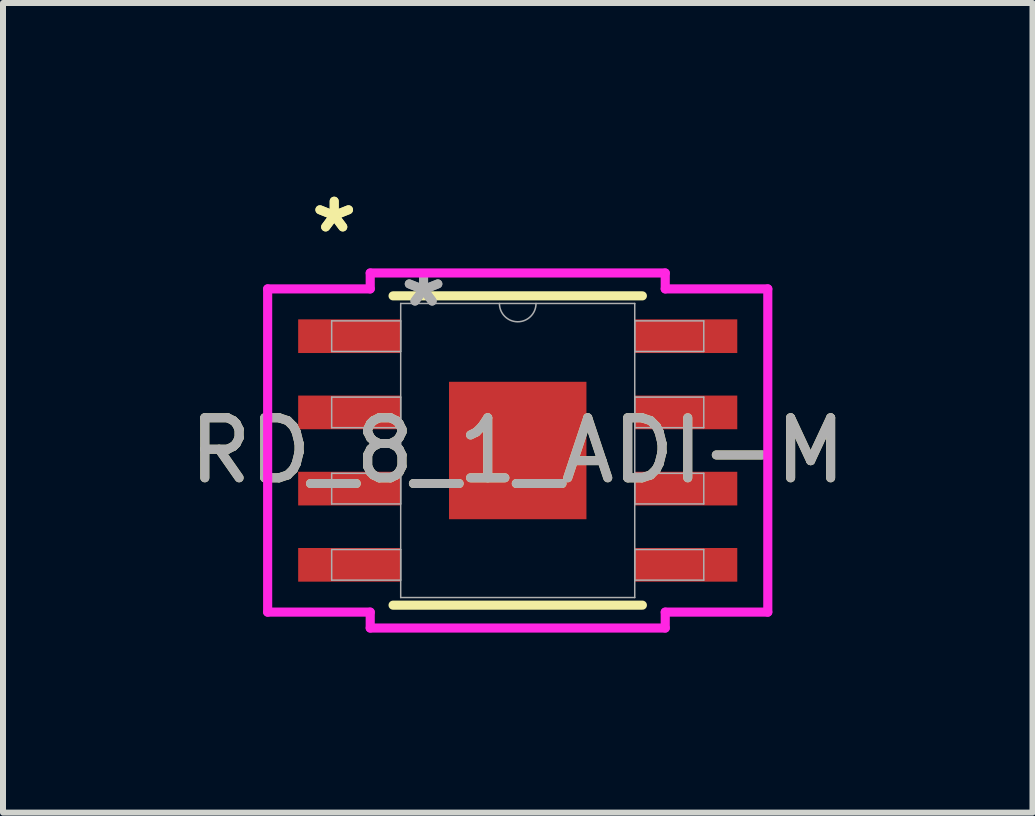
<source format=kicad_pcb>
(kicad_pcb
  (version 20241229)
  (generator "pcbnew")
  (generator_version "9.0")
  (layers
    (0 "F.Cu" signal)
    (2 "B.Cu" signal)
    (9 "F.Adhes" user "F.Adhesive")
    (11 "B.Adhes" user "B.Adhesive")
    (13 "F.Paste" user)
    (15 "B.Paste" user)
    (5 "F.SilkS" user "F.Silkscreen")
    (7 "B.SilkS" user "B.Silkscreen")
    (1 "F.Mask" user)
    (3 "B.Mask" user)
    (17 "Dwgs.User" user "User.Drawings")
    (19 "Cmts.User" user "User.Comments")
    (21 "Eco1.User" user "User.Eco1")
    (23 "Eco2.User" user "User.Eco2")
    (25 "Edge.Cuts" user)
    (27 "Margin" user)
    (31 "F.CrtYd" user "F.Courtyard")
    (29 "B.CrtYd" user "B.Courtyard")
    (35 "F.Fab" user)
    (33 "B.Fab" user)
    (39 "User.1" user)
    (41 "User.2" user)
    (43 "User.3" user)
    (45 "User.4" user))
  (footprint "RD_8_1_ADI-M"
    (layer "F.Cu")
    (at 5.577 4.457)
    (property "Reference" "RD_8_1_ADI-M" (at 0 0 0) (unlocked yes) (layer "F.SilkS") (effects (font (size 1 1) (thickness 0.15))))
    (attr smd)
    (fp_line (start -2.077 2.577) (end 2.077 2.577) (stroke (width 0.152) (type solid)) (layer "F.SilkS"))
    (fp_line (start 2.077 -2.577) (end -2.077 -2.577) (stroke (width 0.152) (type solid)) (layer "F.SilkS"))
    (fp_line (start -4.167 -2.693) (end -2.458 -2.693) (stroke (width 0.152) (type solid)) (layer "F.CrtYd"))
    (fp_line (start -4.167 2.693) (end -4.167 -2.693) (stroke (width 0.152) (type solid)) (layer "F.CrtYd"))
    (fp_line (start -4.167 2.693) (end -2.458 2.693) (stroke (width 0.152) (type solid)) (layer "F.CrtYd"))
    (fp_line (start -2.458 -2.958) (end 2.458 -2.958) (stroke (width 0.152) (type solid)) (layer "F.CrtYd"))
    (fp_line (start -2.458 -2.693) (end -2.458 -2.958) (stroke (width 0.152) (type solid)) (layer "F.CrtYd"))
    (fp_line (start -2.458 2.958) (end -2.458 2.693) (stroke (width 0.152) (type solid)) (layer "F.CrtYd"))
    (fp_line (start 2.458 -2.958) (end 2.458 -2.693) (stroke (width 0.152) (type solid)) (layer "F.CrtYd"))
    (fp_line (start 2.458 2.693) (end 2.458 2.958) (stroke (width 0.152) (type solid)) (layer "F.CrtYd"))
    (fp_line (start 2.458 2.958) (end -2.458 2.958) (stroke (width 0.152) (type solid)) (layer "F.CrtYd"))
    (fp_line (start 4.167 -2.693) (end 2.458 -2.693) (stroke (width 0.152) (type solid)) (layer "F.CrtYd"))
    (fp_line (start 4.167 -2.693) (end 4.167 2.693) (stroke (width 0.152) (type solid)) (layer "F.CrtYd"))
    (fp_line (start 4.167 2.693) (end 2.458 2.693) (stroke (width 0.152) (type solid)) (layer "F.CrtYd"))
    (fp_line (start -3.1 -2.16) (end -3.1 -1.65) (stroke (width 0.025) (type solid)) (layer "F.Fab"))
    (fp_line (start -3.1 -1.65) (end -1.95 -1.65) (stroke (width 0.025) (type solid)) (layer "F.Fab"))
    (fp_line (start -3.1 -0.89) (end -3.1 -0.38) (stroke (width 0.025) (type solid)) (layer "F.Fab"))
    (fp_line (start -3.1 -0.38) (end -1.95 -0.38) (stroke (width 0.025) (type solid)) (layer "F.Fab"))
    (fp_line (start -3.1 0.38) (end -3.1 0.89) (stroke (width 0.025) (type solid)) (layer "F.Fab"))
    (fp_line (start -3.1 0.89) (end -1.95 0.89) (stroke (width 0.025) (type solid)) (layer "F.Fab"))
    (fp_line (start -3.1 1.65) (end -3.1 2.16) (stroke (width 0.025) (type solid)) (layer "F.Fab"))
    (fp_line (start -3.1 2.16) (end -1.95 2.16) (stroke (width 0.025) (type solid)) (layer "F.Fab"))
    (fp_line (start -1.95 -2.45) (end -1.95 2.45) (stroke (width 0.025) (type solid)) (layer "F.Fab"))
    (fp_line (start -1.95 -2.16) (end -3.1 -2.16) (stroke (width 0.025) (type solid)) (layer "F.Fab"))
    (fp_line (start -1.95 -1.65) (end -1.95 -2.16) (stroke (width 0.025) (type solid)) (layer "F.Fab"))
    (fp_line (start -1.95 -0.89) (end -3.1 -0.89) (stroke (width 0.025) (type solid)) (layer "F.Fab"))
    (fp_line (start -1.95 -0.38) (end -1.95 -0.89) (stroke (width 0.025) (type solid)) (layer "F.Fab"))
    (fp_line (start -1.95 0.38) (end -3.1 0.38) (stroke (width 0.025) (type solid)) (layer "F.Fab"))
    (fp_line (start -1.95 0.89) (end -1.95 0.38) (stroke (width 0.025) (type solid)) (layer "F.Fab"))
    (fp_line (start -1.95 1.65) (end -3.1 1.65) (stroke (width 0.025) (type solid)) (layer "F.Fab"))
    (fp_line (start -1.95 2.16) (end -1.95 1.65) (stroke (width 0.025) (type solid)) (layer "F.Fab"))
    (fp_line (start -1.95 2.45) (end 1.95 2.45) (stroke (width 0.025) (type solid)) (layer "F.Fab"))
    (fp_line (start 1.95 -2.45) (end -1.95 -2.45) (stroke (width 0.025) (type solid)) (layer "F.Fab"))
    (fp_line (start 1.95 -2.16) (end 1.95 -1.65) (stroke (width 0.025) (type solid)) (layer "F.Fab"))
    (fp_line (start 1.95 -1.65) (end 3.1 -1.65) (stroke (width 0.025) (type solid)) (layer "F.Fab"))
    (fp_line (start 1.95 -0.89) (end 1.95 -0.38) (stroke (width 0.025) (type solid)) (layer "F.Fab"))
    (fp_line (start 1.95 -0.38) (end 3.1 -0.38) (stroke (width 0.025) (type solid)) (layer "F.Fab"))
    (fp_line (start 1.95 0.38) (end 1.95 0.89) (stroke (width 0.025) (type solid)) (layer "F.Fab"))
    (fp_line (start 1.95 0.89) (end 3.1 0.89) (stroke (width 0.025) (type solid)) (layer "F.Fab"))
    (fp_line (start 1.95 1.65) (end 1.95 2.16) (stroke (width 0.025) (type solid)) (layer "F.Fab"))
    (fp_line (start 1.95 2.16) (end 3.1 2.16) (stroke (width 0.025) (type solid)) (layer "F.Fab"))
    (fp_line (start 1.95 2.45) (end 1.95 -2.45) (stroke (width 0.025) (type solid)) (layer "F.Fab"))
    (fp_line (start 3.1 -2.16) (end 1.95 -2.16) (stroke (width 0.025) (type solid)) (layer "F.Fab"))
    (fp_line (start 3.1 -1.65) (end 3.1 -2.16) (stroke (width 0.025) (type solid)) (layer "F.Fab"))
    (fp_line (start 3.1 -0.89) (end 1.95 -0.89) (stroke (width 0.025) (type solid)) (layer "F.Fab"))
    (fp_line (start 3.1 -0.38) (end 3.1 -0.89) (stroke (width 0.025) (type solid)) (layer "F.Fab"))
    (fp_line (start 3.1 0.38) (end 1.95 0.38) (stroke (width 0.025) (type solid)) (layer "F.Fab"))
    (fp_line (start 3.1 0.89) (end 3.1 0.38) (stroke (width 0.025) (type solid)) (layer "F.Fab"))
    (fp_line (start 3.1 1.65) (end 1.95 1.65) (stroke (width 0.025) (type solid)) (layer "F.Fab"))
    (fp_line (start 3.1 2.16) (end 3.1 1.65) (stroke (width 0.025) (type solid)) (layer "F.Fab"))
    (fp_arc (start 0.3048 -2.45) (mid 0 -2.1452) (end -0.3048 -2.45) (stroke (width 0.0254) (type solid)) (layer "F.Fab"))
    (fp_text user "*" (at -3.058 -3.609 0) (layer "F.SilkS") (effects (font (size 1 1) (thickness 0.15))))
    (fp_text user "*" (at -3.058 -3.609 0) (unlocked yes) (layer "F.SilkS") (effects (font (size 1 1) (thickness 0.15))))
    (fp_text user "*" (at -1.569 -2.374 0) (unlocked yes) (layer "F.Fab") (effects (font (size 1 1) (thickness 0.15))))
    (fp_text user "*" (at -1.569 -2.374 0) (layer "F.Fab") (effects (font (size 1 1) (thickness 0.15))))
    (fp_text user "${REFERENCE}" (at 0 0 0) (unlocked yes) (layer "F.Fab") (effects (font (size 1 1) (thickness 0.15))))
    (pad "1" smd rect (at -2.804 -1.905) (size 1.709 0.561) (layers "F.Cu" "F.Mask" "F.Paste"))
    (pad "2" smd rect (at -2.804 -0.635) (size 1.709 0.561) (layers "F.Cu" "F.Mask" "F.Paste"))
    (pad "3" smd rect (at -2.804 0.635) (size 1.709 0.561) (layers "F.Cu" "F.Mask" "F.Paste"))
    (pad "4" smd rect (at -2.804 1.905) (size 1.709 0.561) (layers "F.Cu" "F.Mask" "F.Paste"))
    (pad "5" smd rect (at 2.804 1.905) (size 1.709 0.561) (layers "F.Cu" "F.Mask" "F.Paste"))
    (pad "6" smd rect (at 2.804 0.635) (size 1.709 0.561) (layers "F.Cu" "F.Mask" "F.Paste"))
    (pad "7" smd rect (at 2.804 -0.635) (size 1.709 0.561) (layers "F.Cu" "F.Mask" "F.Paste"))
    (pad "8" smd rect (at 2.804 -1.905) (size 1.709 0.561) (layers "F.Cu" "F.Mask" "F.Paste"))
    (pad "EPAD" smd rect (at 0 0) (size 2.29 2.29) (layers "F.Cu" "F.Mask" "F.Paste")))
  (gr_rect
    (start -3 -3)
    (end 14.155 10.491)
    (stroke (width 0.1) (type default))
    (fill no)
    (layer "Edge.Cuts")))
</source>
